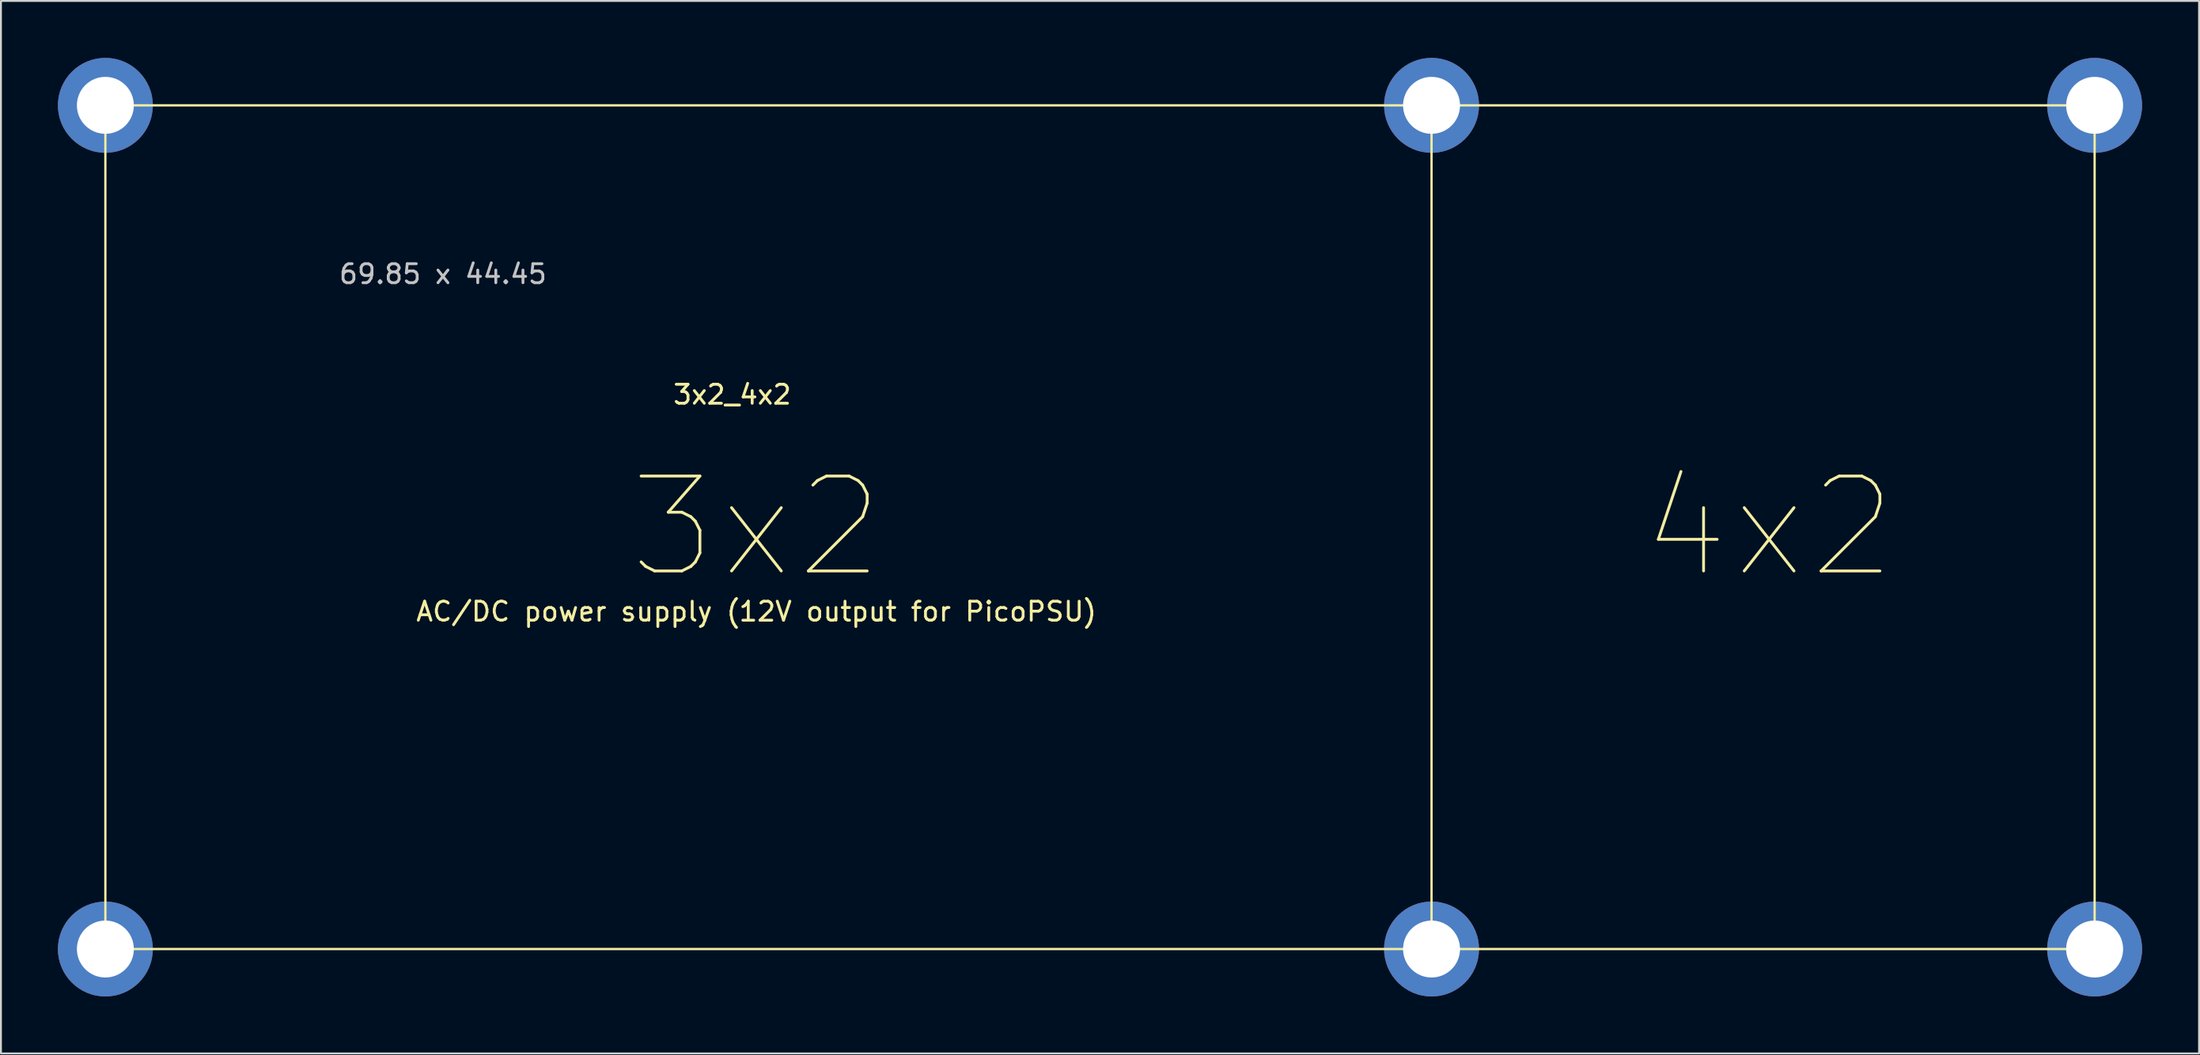
<source format=kicad_pcb>
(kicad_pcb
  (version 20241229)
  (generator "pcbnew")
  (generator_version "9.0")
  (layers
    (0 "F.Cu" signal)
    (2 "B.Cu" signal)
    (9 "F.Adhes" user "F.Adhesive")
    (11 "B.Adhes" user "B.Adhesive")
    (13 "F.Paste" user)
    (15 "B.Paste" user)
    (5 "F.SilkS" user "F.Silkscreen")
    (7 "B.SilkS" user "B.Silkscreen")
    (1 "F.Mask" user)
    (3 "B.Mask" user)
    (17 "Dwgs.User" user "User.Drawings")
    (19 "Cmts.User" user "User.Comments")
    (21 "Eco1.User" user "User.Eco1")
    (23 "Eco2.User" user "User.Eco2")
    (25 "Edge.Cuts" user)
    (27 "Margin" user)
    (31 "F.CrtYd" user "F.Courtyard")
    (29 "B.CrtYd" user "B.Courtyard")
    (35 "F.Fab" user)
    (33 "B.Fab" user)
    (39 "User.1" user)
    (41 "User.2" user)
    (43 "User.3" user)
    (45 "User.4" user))
  (footprint "3x2_4x2"
    (layer "F.Cu")
    (at 2.5 2.5)
    (property "Reference" "3x2_4x2" (at 33.02 15.24 0) (layer "F.SilkS") (effects (font (size 1 1) (thickness 0.15))))
    (attr through_hole)
    (fp_line (start 0 0) (end 69.85 0) (stroke (width 0.12) (type solid)) (layer "F.SilkS"))
    (fp_line (start 0 44.45) (end 0 0) (stroke (width 0.12) (type solid)) (layer "F.SilkS"))
    (fp_line (start 69.85 0) (end 69.85 44.45) (stroke (width 0.12) (type solid)) (layer "F.SilkS"))
    (fp_line (start 69.85 0) (end 104.775 0) (stroke (width 0.12) (type solid)) (layer "F.SilkS"))
    (fp_line (start 69.85 44.45) (end 0 44.45) (stroke (width 0.12) (type solid)) (layer "F.SilkS"))
    (fp_line (start 104.775 0) (end 104.775 44.45) (stroke (width 0.12) (type solid)) (layer "F.SilkS"))
    (fp_line (start 104.775 44.45) (end 69.85 44.45) (stroke (width 0.12) (type solid)) (layer "F.SilkS"))
    (fp_text user "4x2" (at 87.63 22.225 0) (layer "F.SilkS") (effects (font (size 5 5) (thickness 0.15))))
    (fp_text user "3x2" (at 34.29 22.225 0) (layer "F.SilkS") (effects (font (size 5 5) (thickness 0.15))))
    (fp_text user "AC/DC power supply (12V output for PicoPSU)" (at 34.29 26.67 0) (layer "F.SilkS") (effects (font (size 1 1) (thickness 0.15))))
    (fp_text user "69.85 x 44.45" (at 17.78 8.89 0) (layer "Dwgs.User") (effects (font (size 1 1) (thickness 0.15))))
    (pad "1" thru_hole circle (at 0 0) (size 5 5) (drill 3) (layers "*.Cu" "*.Mask"))
    (pad "1" thru_hole circle (at 0 44.45) (size 5 5) (drill 3) (layers "*.Cu" "*.Mask"))
    (pad "1" thru_hole circle (at 69.85 0) (size 5 5) (drill 3) (layers "*.Cu" "*.Mask"))
    (pad "1" thru_hole circle (at 69.85 44.45) (size 5 5) (drill 3) (layers "*.Cu" "*.Mask"))
    (pad "1" thru_hole circle (at 104.775 0) (size 5 5) (drill 3) (layers "*.Cu" "*.Mask"))
    (pad "1" thru_hole circle (at 104.775 44.45) (size 5 5) (drill 3) (layers "*.Cu" "*.Mask")))
  (gr_rect
    (start -3 -3)
    (end 112.775 52.45)
    (stroke (width 0.1) (type default))
    (fill no)
    (layer "Edge.Cuts")))
</source>
